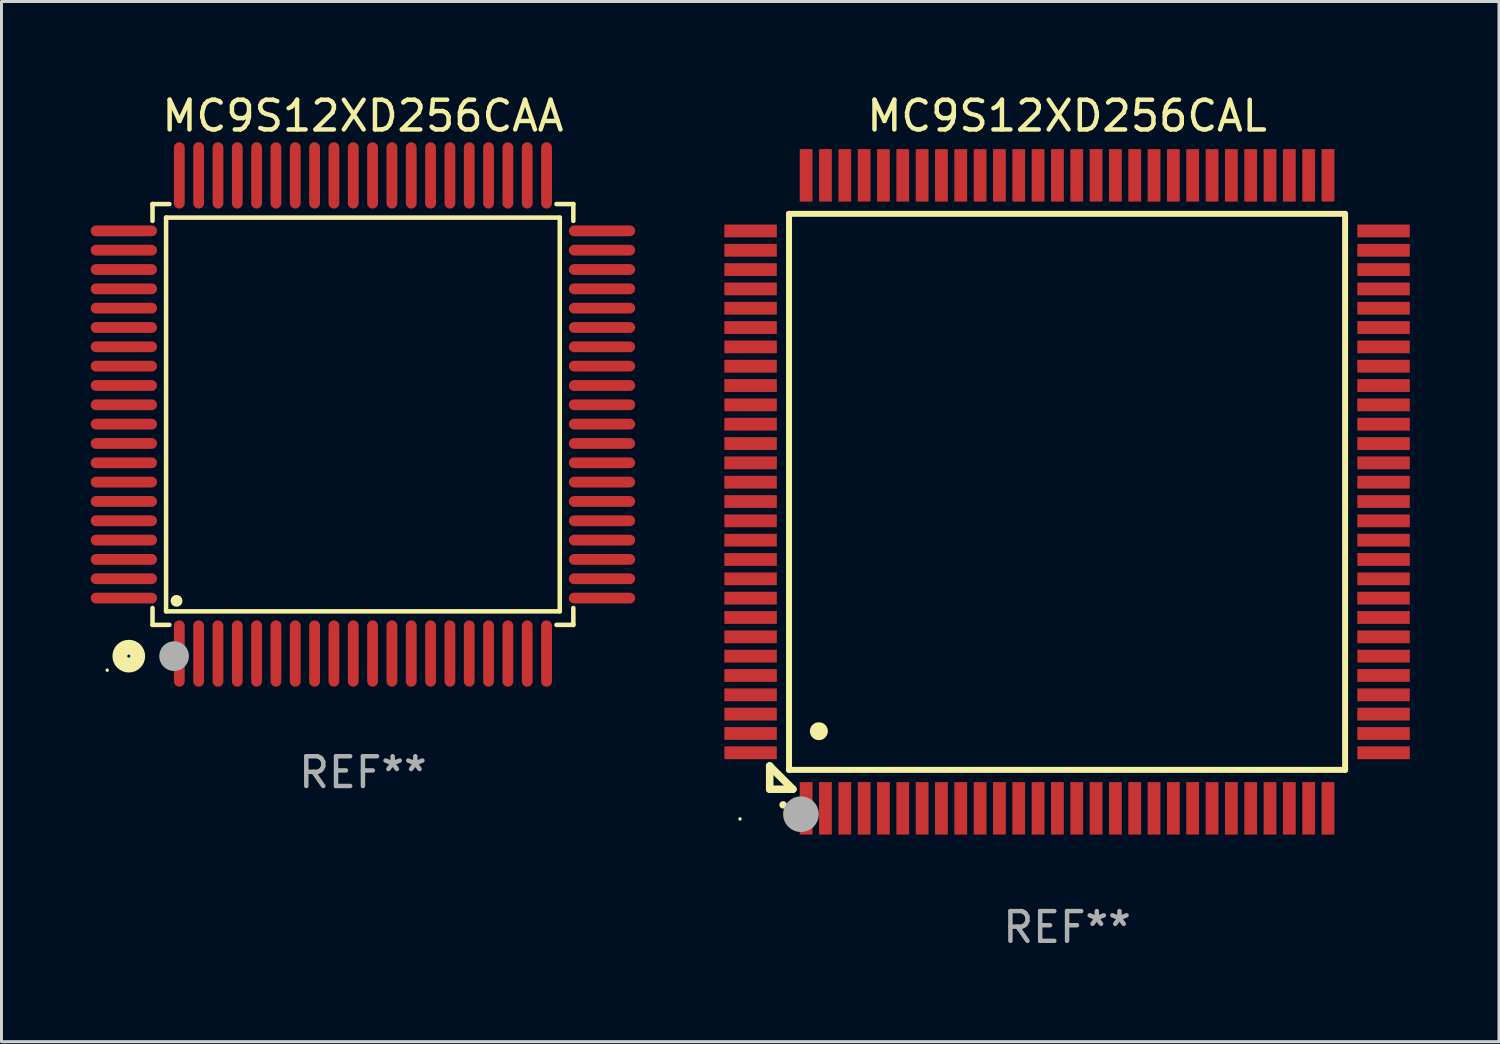
<source format=kicad_pcb>
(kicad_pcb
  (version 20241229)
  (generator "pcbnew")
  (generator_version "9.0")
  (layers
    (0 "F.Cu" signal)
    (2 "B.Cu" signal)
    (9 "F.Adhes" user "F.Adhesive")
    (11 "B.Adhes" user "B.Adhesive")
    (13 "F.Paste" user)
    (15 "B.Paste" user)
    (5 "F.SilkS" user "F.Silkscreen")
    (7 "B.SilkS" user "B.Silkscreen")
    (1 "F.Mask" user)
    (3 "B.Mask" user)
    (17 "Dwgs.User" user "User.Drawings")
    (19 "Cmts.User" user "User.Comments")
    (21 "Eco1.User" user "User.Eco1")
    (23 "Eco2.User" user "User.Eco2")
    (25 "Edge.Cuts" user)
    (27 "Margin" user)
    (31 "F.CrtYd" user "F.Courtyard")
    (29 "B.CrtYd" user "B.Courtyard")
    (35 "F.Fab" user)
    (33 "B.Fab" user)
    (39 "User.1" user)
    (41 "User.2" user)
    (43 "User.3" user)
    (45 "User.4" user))
  (footprint "MC9S12XD256CAL"
    (layer "F.Cu")
    (at 32.835 13.491)
    (property "Reference" "MC9S12XD256CAL" (at 0 -12.643 0) (layer "F.SilkS") (effects (font (size 1 1) (thickness 0.15))))
    (attr through_hole)
    (fp_line (start -10 9.221) (end -10 9.221) (stroke (width 0.254) (type solid)) (layer "F.SilkS"))
    (fp_line (start -10 9.221) (end -10 10) (stroke (width 0.254) (type solid)) (layer "F.SilkS"))
    (fp_line (start -10 9.221) (end -9.221 10) (stroke (width 0.254) (type solid)) (layer "F.SilkS"))
    (fp_line (start -10 10) (end -9.221 10) (stroke (width 0.254) (type solid)) (layer "F.SilkS"))
    (fp_line (start -9.35 -9.35) (end -9.35 9.35) (stroke (width 0.201) (type solid)) (layer "F.SilkS"))
    (fp_line (start -9.35 9.35) (end 9.35 9.35) (stroke (width 0.201) (type solid)) (layer "F.SilkS"))
    (fp_line (start 9.35 -9.35) (end -9.35 -9.35) (stroke (width 0.201) (type solid)) (layer "F.SilkS"))
    (fp_line (start 9.35 9.35) (end 9.35 -9.35) (stroke (width 0.201) (type solid)) (layer "F.SilkS"))
    (fp_arc (start -9.550546 10.525832) (mid -9.549276 10.525826) (end -9.548006 10.525832) (stroke (width 0.24892) (type solid)) (layer "F.SilkS"))
    (fp_arc (start -8.349124 8.049327) (mid -8.346584 8.049316) (end -8.344044 8.049327) (stroke (width 0.599441) (type solid)) (layer "F.SilkS"))
    (fp_circle (center -11 11) (end -10.97 11) (stroke (width 0.06) (type solid)) (fill no) (layer "F.SilkS"))
    (fp_circle (center -8.95 10.84) (end -8.65 10.84) (stroke (width 0.6) (type solid)) (fill no) (layer "F.Fab"))
    (fp_text user "REF**" (at 0 14.643 0) (layer "F.Fab") (effects (font (size 1 1) (thickness 0.15))))
    (pad "1" smd rect (at -8.775 10.643) (size 0.43 1.765) (layers "F.Cu" "F.Mask" "F.Paste"))
    (pad "2" smd rect (at -8.125 10.643) (size 0.43 1.765) (layers "F.Cu" "F.Mask" "F.Paste"))
    (pad "3" smd rect (at -7.475 10.643) (size 0.43 1.765) (layers "F.Cu" "F.Mask" "F.Paste"))
    (pad "4" smd rect (at -6.825 10.643) (size 0.43 1.765) (layers "F.Cu" "F.Mask" "F.Paste"))
    (pad "5" smd rect (at -6.175 10.643) (size 0.43 1.765) (layers "F.Cu" "F.Mask" "F.Paste"))
    (pad "6" smd rect (at -5.525 10.643) (size 0.43 1.765) (layers "F.Cu" "F.Mask" "F.Paste"))
    (pad "7" smd rect (at -4.875 10.643) (size 0.43 1.765) (layers "F.Cu" "F.Mask" "F.Paste"))
    (pad "8" smd rect (at -4.225 10.643) (size 0.43 1.765) (layers "F.Cu" "F.Mask" "F.Paste"))
    (pad "9" smd rect (at -3.575 10.643) (size 0.43 1.765) (layers "F.Cu" "F.Mask" "F.Paste"))
    (pad "10" smd rect (at -2.925 10.643) (size 0.43 1.765) (layers "F.Cu" "F.Mask" "F.Paste"))
    (pad "11" smd rect (at -2.275 10.643) (size 0.43 1.765) (layers "F.Cu" "F.Mask" "F.Paste"))
    (pad "12" smd rect (at -1.625 10.643) (size 0.43 1.765) (layers "F.Cu" "F.Mask" "F.Paste"))
    (pad "13" smd rect (at -0.975 10.643) (size 0.43 1.765) (layers "F.Cu" "F.Mask" "F.Paste"))
    (pad "14" smd rect (at -0.325 10.643) (size 0.43 1.765) (layers "F.Cu" "F.Mask" "F.Paste"))
    (pad "15" smd rect (at 0.325 10.643) (size 0.43 1.765) (layers "F.Cu" "F.Mask" "F.Paste"))
    (pad "16" smd rect (at 0.975 10.643) (size 0.43 1.765) (layers "F.Cu" "F.Mask" "F.Paste"))
    (pad "17" smd rect (at 1.625 10.643) (size 0.43 1.765) (layers "F.Cu" "F.Mask" "F.Paste"))
    (pad "18" smd rect (at 2.275 10.643) (size 0.43 1.765) (layers "F.Cu" "F.Mask" "F.Paste"))
    (pad "19" smd rect (at 2.925 10.643) (size 0.43 1.765) (layers "F.Cu" "F.Mask" "F.Paste"))
    (pad "20" smd rect (at 3.575 10.643) (size 0.43 1.765) (layers "F.Cu" "F.Mask" "F.Paste"))
    (pad "21" smd rect (at 4.225 10.643) (size 0.43 1.765) (layers "F.Cu" "F.Mask" "F.Paste"))
    (pad "22" smd rect (at 4.875 10.643) (size 0.43 1.765) (layers "F.Cu" "F.Mask" "F.Paste"))
    (pad "23" smd rect (at 5.525 10.643) (size 0.43 1.765) (layers "F.Cu" "F.Mask" "F.Paste"))
    (pad "24" smd rect (at 6.175 10.643) (size 0.43 1.765) (layers "F.Cu" "F.Mask" "F.Paste"))
    (pad "25" smd rect (at 6.825 10.643) (size 0.43 1.765) (layers "F.Cu" "F.Mask" "F.Paste"))
    (pad "26" smd rect (at 7.475 10.643) (size 0.43 1.765) (layers "F.Cu" "F.Mask" "F.Paste"))
    (pad "27" smd rect (at 8.125 10.643) (size 0.43 1.765) (layers "F.Cu" "F.Mask" "F.Paste"))
    (pad "28" smd rect (at 8.775 10.643) (size 0.43 1.765) (layers "F.Cu" "F.Mask" "F.Paste"))
    (pad "29" smd rect (at 10.643 8.775) (size 1.765 0.43) (layers "F.Cu" "F.Mask" "F.Paste"))
    (pad "30" smd rect (at 10.643 8.125) (size 1.765 0.43) (layers "F.Cu" "F.Mask" "F.Paste"))
    (pad "31" smd rect (at 10.643 7.475) (size 1.765 0.43) (layers "F.Cu" "F.Mask" "F.Paste"))
    (pad "32" smd rect (at 10.643 6.825) (size 1.765 0.43) (layers "F.Cu" "F.Mask" "F.Paste"))
    (pad "33" smd rect (at 10.643 6.175) (size 1.765 0.43) (layers "F.Cu" "F.Mask" "F.Paste"))
    (pad "34" smd rect (at 10.643 5.525) (size 1.765 0.43) (layers "F.Cu" "F.Mask" "F.Paste"))
    (pad "35" smd rect (at 10.643 4.875) (size 1.765 0.43) (layers "F.Cu" "F.Mask" "F.Paste"))
    (pad "36" smd rect (at 10.643 4.225) (size 1.765 0.43) (layers "F.Cu" "F.Mask" "F.Paste"))
    (pad "37" smd rect (at 10.643 3.575) (size 1.765 0.43) (layers "F.Cu" "F.Mask" "F.Paste"))
    (pad "38" smd rect (at 10.643 2.925) (size 1.765 0.43) (layers "F.Cu" "F.Mask" "F.Paste"))
    (pad "39" smd rect (at 10.643 2.275) (size 1.765 0.43) (layers "F.Cu" "F.Mask" "F.Paste"))
    (pad "40" smd rect (at 10.643 1.625) (size 1.765 0.43) (layers "F.Cu" "F.Mask" "F.Paste"))
    (pad "41" smd rect (at 10.643 0.975) (size 1.765 0.43) (layers "F.Cu" "F.Mask" "F.Paste"))
    (pad "42" smd rect (at 10.643 0.325) (size 1.765 0.43) (layers "F.Cu" "F.Mask" "F.Paste"))
    (pad "43" smd rect (at 10.643 -0.325) (size 1.765 0.43) (layers "F.Cu" "F.Mask" "F.Paste"))
    (pad "44" smd rect (at 10.643 -0.975) (size 1.765 0.43) (layers "F.Cu" "F.Mask" "F.Paste"))
    (pad "45" smd rect (at 10.643 -1.625) (size 1.765 0.43) (layers "F.Cu" "F.Mask" "F.Paste"))
    (pad "46" smd rect (at 10.643 -2.275) (size 1.765 0.43) (layers "F.Cu" "F.Mask" "F.Paste"))
    (pad "47" smd rect (at 10.643 -2.925) (size 1.765 0.43) (layers "F.Cu" "F.Mask" "F.Paste"))
    (pad "48" smd rect (at 10.643 -3.575) (size 1.765 0.43) (layers "F.Cu" "F.Mask" "F.Paste"))
    (pad "49" smd rect (at 10.643 -4.225) (size 1.765 0.43) (layers "F.Cu" "F.Mask" "F.Paste"))
    (pad "50" smd rect (at 10.643 -4.875) (size 1.765 0.43) (layers "F.Cu" "F.Mask" "F.Paste"))
    (pad "51" smd rect (at 10.643 -5.525) (size 1.765 0.43) (layers "F.Cu" "F.Mask" "F.Paste"))
    (pad "52" smd rect (at 10.643 -6.175) (size 1.765 0.43) (layers "F.Cu" "F.Mask" "F.Paste"))
    (pad "53" smd rect (at 10.643 -6.825) (size 1.765 0.43) (layers "F.Cu" "F.Mask" "F.Paste"))
    (pad "54" smd rect (at 10.643 -7.475) (size 1.765 0.43) (layers "F.Cu" "F.Mask" "F.Paste"))
    (pad "55" smd rect (at 10.643 -8.125) (size 1.765 0.43) (layers "F.Cu" "F.Mask" "F.Paste"))
    (pad "56" smd rect (at 10.643 -8.775) (size 1.765 0.43) (layers "F.Cu" "F.Mask" "F.Paste"))
    (pad "57" smd rect (at 8.775 -10.643) (size 0.43 1.765) (layers "F.Cu" "F.Mask" "F.Paste"))
    (pad "58" smd rect (at 8.125 -10.643) (size 0.43 1.765) (layers "F.Cu" "F.Mask" "F.Paste"))
    (pad "59" smd rect (at 7.475 -10.643) (size 0.43 1.765) (layers "F.Cu" "F.Mask" "F.Paste"))
    (pad "60" smd rect (at 6.825 -10.643) (size 0.43 1.765) (layers "F.Cu" "F.Mask" "F.Paste"))
    (pad "61" smd rect (at 6.175 -10.643) (size 0.43 1.765) (layers "F.Cu" "F.Mask" "F.Paste"))
    (pad "62" smd rect (at 5.525 -10.643) (size 0.43 1.765) (layers "F.Cu" "F.Mask" "F.Paste"))
    (pad "63" smd rect (at 4.875 -10.643) (size 0.43 1.765) (layers "F.Cu" "F.Mask" "F.Paste"))
    (pad "64" smd rect (at 4.225 -10.643) (size 0.43 1.765) (layers "F.Cu" "F.Mask" "F.Paste"))
    (pad "65" smd rect (at 3.575 -10.643) (size 0.43 1.765) (layers "F.Cu" "F.Mask" "F.Paste"))
    (pad "66" smd rect (at 2.925 -10.643) (size 0.43 1.765) (layers "F.Cu" "F.Mask" "F.Paste"))
    (pad "67" smd rect (at 2.275 -10.643) (size 0.43 1.765) (layers "F.Cu" "F.Mask" "F.Paste"))
    (pad "68" smd rect (at 1.625 -10.643) (size 0.43 1.765) (layers "F.Cu" "F.Mask" "F.Paste"))
    (pad "69" smd rect (at 0.975 -10.643) (size 0.43 1.765) (layers "F.Cu" "F.Mask" "F.Paste"))
    (pad "70" smd rect (at 0.325 -10.643) (size 0.43 1.765) (layers "F.Cu" "F.Mask" "F.Paste"))
    (pad "71" smd rect (at -0.325 -10.643) (size 0.43 1.765) (layers "F.Cu" "F.Mask" "F.Paste"))
    (pad "72" smd rect (at -0.975 -10.643) (size 0.43 1.765) (layers "F.Cu" "F.Mask" "F.Paste"))
    (pad "73" smd rect (at -1.625 -10.643) (size 0.43 1.765) (layers "F.Cu" "F.Mask" "F.Paste"))
    (pad "74" smd rect (at -2.275 -10.643) (size 0.43 1.765) (layers "F.Cu" "F.Mask" "F.Paste"))
    (pad "75" smd rect (at -2.925 -10.643) (size 0.43 1.765) (layers "F.Cu" "F.Mask" "F.Paste"))
    (pad "76" smd rect (at -3.575 -10.643) (size 0.43 1.765) (layers "F.Cu" "F.Mask" "F.Paste"))
    (pad "77" smd rect (at -4.225 -10.643) (size 0.43 1.765) (layers "F.Cu" "F.Mask" "F.Paste"))
    (pad "78" smd rect (at -4.875 -10.643) (size 0.43 1.765) (layers "F.Cu" "F.Mask" "F.Paste"))
    (pad "79" smd rect (at -5.525 -10.643) (size 0.43 1.765) (layers "F.Cu" "F.Mask" "F.Paste"))
    (pad "80" smd rect (at -6.175 -10.643) (size 0.43 1.765) (layers "F.Cu" "F.Mask" "F.Paste"))
    (pad "81" smd rect (at -6.825 -10.643) (size 0.43 1.765) (layers "F.Cu" "F.Mask" "F.Paste"))
    (pad "82" smd rect (at -7.475 -10.643) (size 0.43 1.765) (layers "F.Cu" "F.Mask" "F.Paste"))
    (pad "83" smd rect (at -8.125 -10.643) (size 0.43 1.765) (layers "F.Cu" "F.Mask" "F.Paste"))
    (pad "84" smd rect (at -8.775 -10.643) (size 0.43 1.765) (layers "F.Cu" "F.Mask" "F.Paste"))
    (pad "85" smd rect (at -10.643 -8.775) (size 1.765 0.43) (layers "F.Cu" "F.Mask" "F.Paste"))
    (pad "86" smd rect (at -10.643 -8.125) (size 1.765 0.43) (layers "F.Cu" "F.Mask" "F.Paste"))
    (pad "87" smd rect (at -10.643 -7.475) (size 1.765 0.43) (layers "F.Cu" "F.Mask" "F.Paste"))
    (pad "88" smd rect (at -10.643 -6.825) (size 1.765 0.43) (layers "F.Cu" "F.Mask" "F.Paste"))
    (pad "89" smd rect (at -10.643 -6.175) (size 1.765 0.43) (layers "F.Cu" "F.Mask" "F.Paste"))
    (pad "90" smd rect (at -10.643 -5.525) (size 1.765 0.43) (layers "F.Cu" "F.Mask" "F.Paste"))
    (pad "91" smd rect (at -10.643 -4.875) (size 1.765 0.43) (layers "F.Cu" "F.Mask" "F.Paste"))
    (pad "92" smd rect (at -10.643 -4.225) (size 1.765 0.43) (layers "F.Cu" "F.Mask" "F.Paste"))
    (pad "93" smd rect (at -10.643 -3.575) (size 1.765 0.43) (layers "F.Cu" "F.Mask" "F.Paste"))
    (pad "94" smd rect (at -10.643 -2.925) (size 1.765 0.43) (layers "F.Cu" "F.Mask" "F.Paste"))
    (pad "95" smd rect (at -10.643 -2.275) (size 1.765 0.43) (layers "F.Cu" "F.Mask" "F.Paste"))
    (pad "96" smd rect (at -10.643 -1.625) (size 1.765 0.43) (layers "F.Cu" "F.Mask" "F.Paste"))
    (pad "97" smd rect (at -10.643 -0.975) (size 1.765 0.43) (layers "F.Cu" "F.Mask" "F.Paste"))
    (pad "98" smd rect (at -10.643 -0.325) (size 1.765 0.43) (layers "F.Cu" "F.Mask" "F.Paste"))
    (pad "99" smd rect (at -10.643 0.325) (size 1.765 0.43) (layers "F.Cu" "F.Mask" "F.Paste"))
    (pad "100" smd rect (at -10.643 0.975) (size 1.765 0.43) (layers "F.Cu" "F.Mask" "F.Paste"))
    (pad "101" smd rect (at -10.643 1.625) (size 1.765 0.43) (layers "F.Cu" "F.Mask" "F.Paste"))
    (pad "102" smd rect (at -10.643 2.275) (size 1.765 0.43) (layers "F.Cu" "F.Mask" "F.Paste"))
    (pad "103" smd rect (at -10.643 2.925) (size 1.765 0.43) (layers "F.Cu" "F.Mask" "F.Paste"))
    (pad "104" smd rect (at -10.643 3.575) (size 1.765 0.43) (layers "F.Cu" "F.Mask" "F.Paste"))
    (pad "105" smd rect (at -10.643 4.225) (size 1.765 0.43) (layers "F.Cu" "F.Mask" "F.Paste"))
    (pad "106" smd rect (at -10.643 4.875) (size 1.765 0.43) (layers "F.Cu" "F.Mask" "F.Paste"))
    (pad "107" smd rect (at -10.643 5.525) (size 1.765 0.43) (layers "F.Cu" "F.Mask" "F.Paste"))
    (pad "108" smd rect (at -10.643 6.175) (size 1.765 0.43) (layers "F.Cu" "F.Mask" "F.Paste"))
    (pad "109" smd rect (at -10.643 6.825) (size 1.765 0.43) (layers "F.Cu" "F.Mask" "F.Paste"))
    (pad "110" smd rect (at -10.643 7.475) (size 1.765 0.43) (layers "F.Cu" "F.Mask" "F.Paste"))
    (pad "111" smd rect (at -10.643 8.125) (size 1.765 0.43) (layers "F.Cu" "F.Mask" "F.Paste"))
    (pad "112" smd rect (at -10.643 8.775) (size 1.765 0.43) (layers "F.Cu" "F.Mask" "F.Paste")))
  (footprint "MC9S12XD256CAA"
    (layer "F.Cu")
    (at 9.155 10.888)
    (property "Reference" "MC9S12XD256CAA" (at 0 -10.04 0) (layer "F.SilkS") (effects (font (size 1 1) (thickness 0.15))))
    (attr through_hole)
    (fp_line (start -7.076 -7.076) (end -7.076 -6.509) (stroke (width 0.152) (type solid)) (layer "F.SilkS"))
    (fp_line (start -7.076 7.076) (end -7.076 6.509) (stroke (width 0.152) (type solid)) (layer "F.SilkS"))
    (fp_line (start -6.62 -6.62) (end 6.62 -6.62) (stroke (width 0.152) (type solid)) (layer "F.SilkS"))
    (fp_line (start -6.62 6.62) (end -6.62 -6.62) (stroke (width 0.152) (type solid)) (layer "F.SilkS"))
    (fp_line (start -6.509 -7.076) (end -7.076 -7.076) (stroke (width 0.152) (type solid)) (layer "F.SilkS"))
    (fp_line (start -6.509 7.076) (end -7.076 7.076) (stroke (width 0.152) (type solid)) (layer "F.SilkS"))
    (fp_line (start 6.509 -7.076) (end 7.076 -7.076) (stroke (width 0.152) (type solid)) (layer "F.SilkS"))
    (fp_line (start 6.509 7.076) (end 7.076 7.076) (stroke (width 0.152) (type solid)) (layer "F.SilkS"))
    (fp_line (start 6.62 -6.62) (end 6.62 6.62) (stroke (width 0.152) (type solid)) (layer "F.SilkS"))
    (fp_line (start 6.62 6.62) (end -6.62 6.62) (stroke (width 0.152) (type solid)) (layer "F.SilkS"))
    (fp_line (start 7.076 -7.076) (end 7.076 -6.509) (stroke (width 0.152) (type solid)) (layer "F.SilkS"))
    (fp_line (start 7.076 7.076) (end 7.076 6.509) (stroke (width 0.152) (type solid)) (layer "F.SilkS"))
    (fp_circle (center -8.6 8.6) (end -8.57 8.6) (stroke (width 0.06) (type solid)) (fill no) (layer "F.SilkS"))
    (fp_circle (center -7.874 8.128) (end -7.574 8.128) (stroke (width 0.5) (type solid)) (fill no) (layer "F.SilkS"))
    (fp_circle (center -6.268 6.268) (end -6.168 6.268) (stroke (width 0.2) (type solid)) (fill no) (layer "F.SilkS"))
    (fp_circle (center -6.35 8.128) (end -6.1 8.128) (stroke (width 0.5) (type solid)) (fill no) (layer "F.Fab"))
    (fp_text user "REF**" (at 0 12.04 0) (layer "F.Fab") (effects (font (size 1 1) (thickness 0.15))))
    (pad "1" smd oval (at -6.175 8.04) (size 0.364 2.23) (layers "F.Cu" "F.Mask" "F.Paste"))
    (pad "2" smd oval (at -5.525 8.04) (size 0.364 2.23) (layers "F.Cu" "F.Mask" "F.Paste"))
    (pad "3" smd oval (at -4.875 8.04) (size 0.364 2.23) (layers "F.Cu" "F.Mask" "F.Paste"))
    (pad "4" smd oval (at -4.225 8.04) (size 0.364 2.23) (layers "F.Cu" "F.Mask" "F.Paste"))
    (pad "5" smd oval (at -3.575 8.04) (size 0.364 2.23) (layers "F.Cu" "F.Mask" "F.Paste"))
    (pad "6" smd oval (at -2.925 8.04) (size 0.364 2.23) (layers "F.Cu" "F.Mask" "F.Paste"))
    (pad "7" smd oval (at -2.275 8.04) (size 0.364 2.23) (layers "F.Cu" "F.Mask" "F.Paste"))
    (pad "8" smd oval (at -1.625 8.04) (size 0.364 2.23) (layers "F.Cu" "F.Mask" "F.Paste"))
    (pad "9" smd oval (at -0.975 8.04) (size 0.364 2.23) (layers "F.Cu" "F.Mask" "F.Paste"))
    (pad "10" smd oval (at -0.325 8.04) (size 0.364 2.23) (layers "F.Cu" "F.Mask" "F.Paste"))
    (pad "11" smd oval (at 0.325 8.04) (size 0.364 2.23) (layers "F.Cu" "F.Mask" "F.Paste"))
    (pad "12" smd oval (at 0.975 8.04) (size 0.364 2.23) (layers "F.Cu" "F.Mask" "F.Paste"))
    (pad "13" smd oval (at 1.625 8.04) (size 0.364 2.23) (layers "F.Cu" "F.Mask" "F.Paste"))
    (pad "14" smd oval (at 2.275 8.04) (size 0.364 2.23) (layers "F.Cu" "F.Mask" "F.Paste"))
    (pad "15" smd oval (at 2.925 8.04) (size 0.364 2.23) (layers "F.Cu" "F.Mask" "F.Paste"))
    (pad "16" smd oval (at 3.575 8.04) (size 0.364 2.23) (layers "F.Cu" "F.Mask" "F.Paste"))
    (pad "17" smd oval (at 4.225 8.04) (size 0.364 2.23) (layers "F.Cu" "F.Mask" "F.Paste"))
    (pad "18" smd oval (at 4.875 8.04) (size 0.364 2.23) (layers "F.Cu" "F.Mask" "F.Paste"))
    (pad "19" smd oval (at 5.525 8.04) (size 0.364 2.23) (layers "F.Cu" "F.Mask" "F.Paste"))
    (pad "20" smd oval (at 6.175 8.04) (size 0.364 2.23) (layers "F.Cu" "F.Mask" "F.Paste"))
    (pad "21" smd oval (at 8.04 6.175) (size 2.23 0.364) (layers "F.Cu" "F.Mask" "F.Paste"))
    (pad "22" smd oval (at 8.04 5.525) (size 2.23 0.364) (layers "F.Cu" "F.Mask" "F.Paste"))
    (pad "23" smd oval (at 8.04 4.875) (size 2.23 0.364) (layers "F.Cu" "F.Mask" "F.Paste"))
    (pad "24" smd oval (at 8.04 4.225) (size 2.23 0.364) (layers "F.Cu" "F.Mask" "F.Paste"))
    (pad "25" smd oval (at 8.04 3.575) (size 2.23 0.364) (layers "F.Cu" "F.Mask" "F.Paste"))
    (pad "26" smd oval (at 8.04 2.925) (size 2.23 0.364) (layers "F.Cu" "F.Mask" "F.Paste"))
    (pad "27" smd oval (at 8.04 2.275) (size 2.23 0.364) (layers "F.Cu" "F.Mask" "F.Paste"))
    (pad "28" smd oval (at 8.04 1.625) (size 2.23 0.364) (layers "F.Cu" "F.Mask" "F.Paste"))
    (pad "29" smd oval (at 8.04 0.975) (size 2.23 0.364) (layers "F.Cu" "F.Mask" "F.Paste"))
    (pad "30" smd oval (at 8.04 0.325) (size 2.23 0.364) (layers "F.Cu" "F.Mask" "F.Paste"))
    (pad "31" smd oval (at 8.04 -0.325) (size 2.23 0.364) (layers "F.Cu" "F.Mask" "F.Paste"))
    (pad "32" smd oval (at 8.04 -0.975) (size 2.23 0.364) (layers "F.Cu" "F.Mask" "F.Paste"))
    (pad "33" smd oval (at 8.04 -1.625) (size 2.23 0.364) (layers "F.Cu" "F.Mask" "F.Paste"))
    (pad "34" smd oval (at 8.04 -2.275) (size 2.23 0.364) (layers "F.Cu" "F.Mask" "F.Paste"))
    (pad "35" smd oval (at 8.04 -2.925) (size 2.23 0.364) (layers "F.Cu" "F.Mask" "F.Paste"))
    (pad "36" smd oval (at 8.04 -3.575) (size 2.23 0.364) (layers "F.Cu" "F.Mask" "F.Paste"))
    (pad "37" smd oval (at 8.04 -4.225) (size 2.23 0.364) (layers "F.Cu" "F.Mask" "F.Paste"))
    (pad "38" smd oval (at 8.04 -4.875) (size 2.23 0.364) (layers "F.Cu" "F.Mask" "F.Paste"))
    (pad "39" smd oval (at 8.04 -5.525) (size 2.23 0.364) (layers "F.Cu" "F.Mask" "F.Paste"))
    (pad "40" smd oval (at 8.04 -6.175) (size 2.23 0.364) (layers "F.Cu" "F.Mask" "F.Paste"))
    (pad "41" smd oval (at 6.175 -8.04) (size 0.364 2.23) (layers "F.Cu" "F.Mask" "F.Paste"))
    (pad "42" smd oval (at 5.525 -8.04) (size 0.364 2.23) (layers "F.Cu" "F.Mask" "F.Paste"))
    (pad "43" smd oval (at 4.875 -8.04) (size 0.364 2.23) (layers "F.Cu" "F.Mask" "F.Paste"))
    (pad "44" smd oval (at 4.225 -8.04) (size 0.364 2.23) (layers "F.Cu" "F.Mask" "F.Paste"))
    (pad "45" smd oval (at 3.575 -8.04) (size 0.364 2.23) (layers "F.Cu" "F.Mask" "F.Paste"))
    (pad "46" smd oval (at 2.925 -8.04) (size 0.364 2.23) (layers "F.Cu" "F.Mask" "F.Paste"))
    (pad "47" smd oval (at 2.275 -8.04) (size 0.364 2.23) (layers "F.Cu" "F.Mask" "F.Paste"))
    (pad "48" smd oval (at 1.625 -8.04) (size 0.364 2.23) (layers "F.Cu" "F.Mask" "F.Paste"))
    (pad "49" smd oval (at 0.975 -8.04) (size 0.364 2.23) (layers "F.Cu" "F.Mask" "F.Paste"))
    (pad "50" smd oval (at 0.325 -8.04) (size 0.364 2.23) (layers "F.Cu" "F.Mask" "F.Paste"))
    (pad "51" smd oval (at -0.325 -8.04) (size 0.364 2.23) (layers "F.Cu" "F.Mask" "F.Paste"))
    (pad "52" smd oval (at -0.975 -8.04) (size 0.364 2.23) (layers "F.Cu" "F.Mask" "F.Paste"))
    (pad "53" smd oval (at -1.625 -8.04) (size 0.364 2.23) (layers "F.Cu" "F.Mask" "F.Paste"))
    (pad "54" smd oval (at -2.275 -8.04) (size 0.364 2.23) (layers "F.Cu" "F.Mask" "F.Paste"))
    (pad "55" smd oval (at -2.925 -8.04) (size 0.364 2.23) (layers "F.Cu" "F.Mask" "F.Paste"))
    (pad "56" smd oval (at -3.575 -8.04) (size 0.364 2.23) (layers "F.Cu" "F.Mask" "F.Paste"))
    (pad "57" smd oval (at -4.225 -8.04) (size 0.364 2.23) (layers "F.Cu" "F.Mask" "F.Paste"))
    (pad "58" smd oval (at -4.875 -8.04) (size 0.364 2.23) (layers "F.Cu" "F.Mask" "F.Paste"))
    (pad "59" smd oval (at -5.525 -8.04) (size 0.364 2.23) (layers "F.Cu" "F.Mask" "F.Paste"))
    (pad "60" smd oval (at -6.175 -8.04) (size 0.364 2.23) (layers "F.Cu" "F.Mask" "F.Paste"))
    (pad "61" smd oval (at -8.04 -6.175) (size 2.23 0.364) (layers "F.Cu" "F.Mask" "F.Paste"))
    (pad "62" smd oval (at -8.04 -5.525) (size 2.23 0.364) (layers "F.Cu" "F.Mask" "F.Paste"))
    (pad "63" smd oval (at -8.04 -4.875) (size 2.23 0.364) (layers "F.Cu" "F.Mask" "F.Paste"))
    (pad "64" smd oval (at -8.04 -4.225) (size 2.23 0.364) (layers "F.Cu" "F.Mask" "F.Paste"))
    (pad "65" smd oval (at -8.04 -3.575) (size 2.23 0.364) (layers "F.Cu" "F.Mask" "F.Paste"))
    (pad "66" smd oval (at -8.04 -2.925) (size 2.23 0.364) (layers "F.Cu" "F.Mask" "F.Paste"))
    (pad "67" smd oval (at -8.04 -2.275) (size 2.23 0.364) (layers "F.Cu" "F.Mask" "F.Paste"))
    (pad "68" smd oval (at -8.04 -1.625) (size 2.23 0.364) (layers "F.Cu" "F.Mask" "F.Paste"))
    (pad "69" smd oval (at -8.04 -0.975) (size 2.23 0.364) (layers "F.Cu" "F.Mask" "F.Paste"))
    (pad "70" smd oval (at -8.04 -0.325) (size 2.23 0.364) (layers "F.Cu" "F.Mask" "F.Paste"))
    (pad "71" smd oval (at -8.04 0.325) (size 2.23 0.364) (layers "F.Cu" "F.Mask" "F.Paste"))
    (pad "72" smd oval (at -8.04 0.975) (size 2.23 0.364) (layers "F.Cu" "F.Mask" "F.Paste"))
    (pad "73" smd oval (at -8.04 1.625) (size 2.23 0.364) (layers "F.Cu" "F.Mask" "F.Paste"))
    (pad "74" smd oval (at -8.04 2.275) (size 2.23 0.364) (layers "F.Cu" "F.Mask" "F.Paste"))
    (pad "75" smd oval (at -8.04 2.925) (size 2.23 0.364) (layers "F.Cu" "F.Mask" "F.Paste"))
    (pad "76" smd oval (at -8.04 3.575) (size 2.23 0.364) (layers "F.Cu" "F.Mask" "F.Paste"))
    (pad "77" smd oval (at -8.04 4.225) (size 2.23 0.364) (layers "F.Cu" "F.Mask" "F.Paste"))
    (pad "78" smd oval (at -8.04 4.875) (size 2.23 0.364) (layers "F.Cu" "F.Mask" "F.Paste"))
    (pad "79" smd oval (at -8.04 5.525) (size 2.23 0.364) (layers "F.Cu" "F.Mask" "F.Paste"))
    (pad "80" smd oval (at -8.04 6.175) (size 2.23 0.364) (layers "F.Cu" "F.Mask" "F.Paste")))
  (gr_rect
    (start -3 -3)
    (end 47.36 31.982)
    (stroke (width 0.1) (type default))
    (fill no)
    (layer "Edge.Cuts")))
</source>
